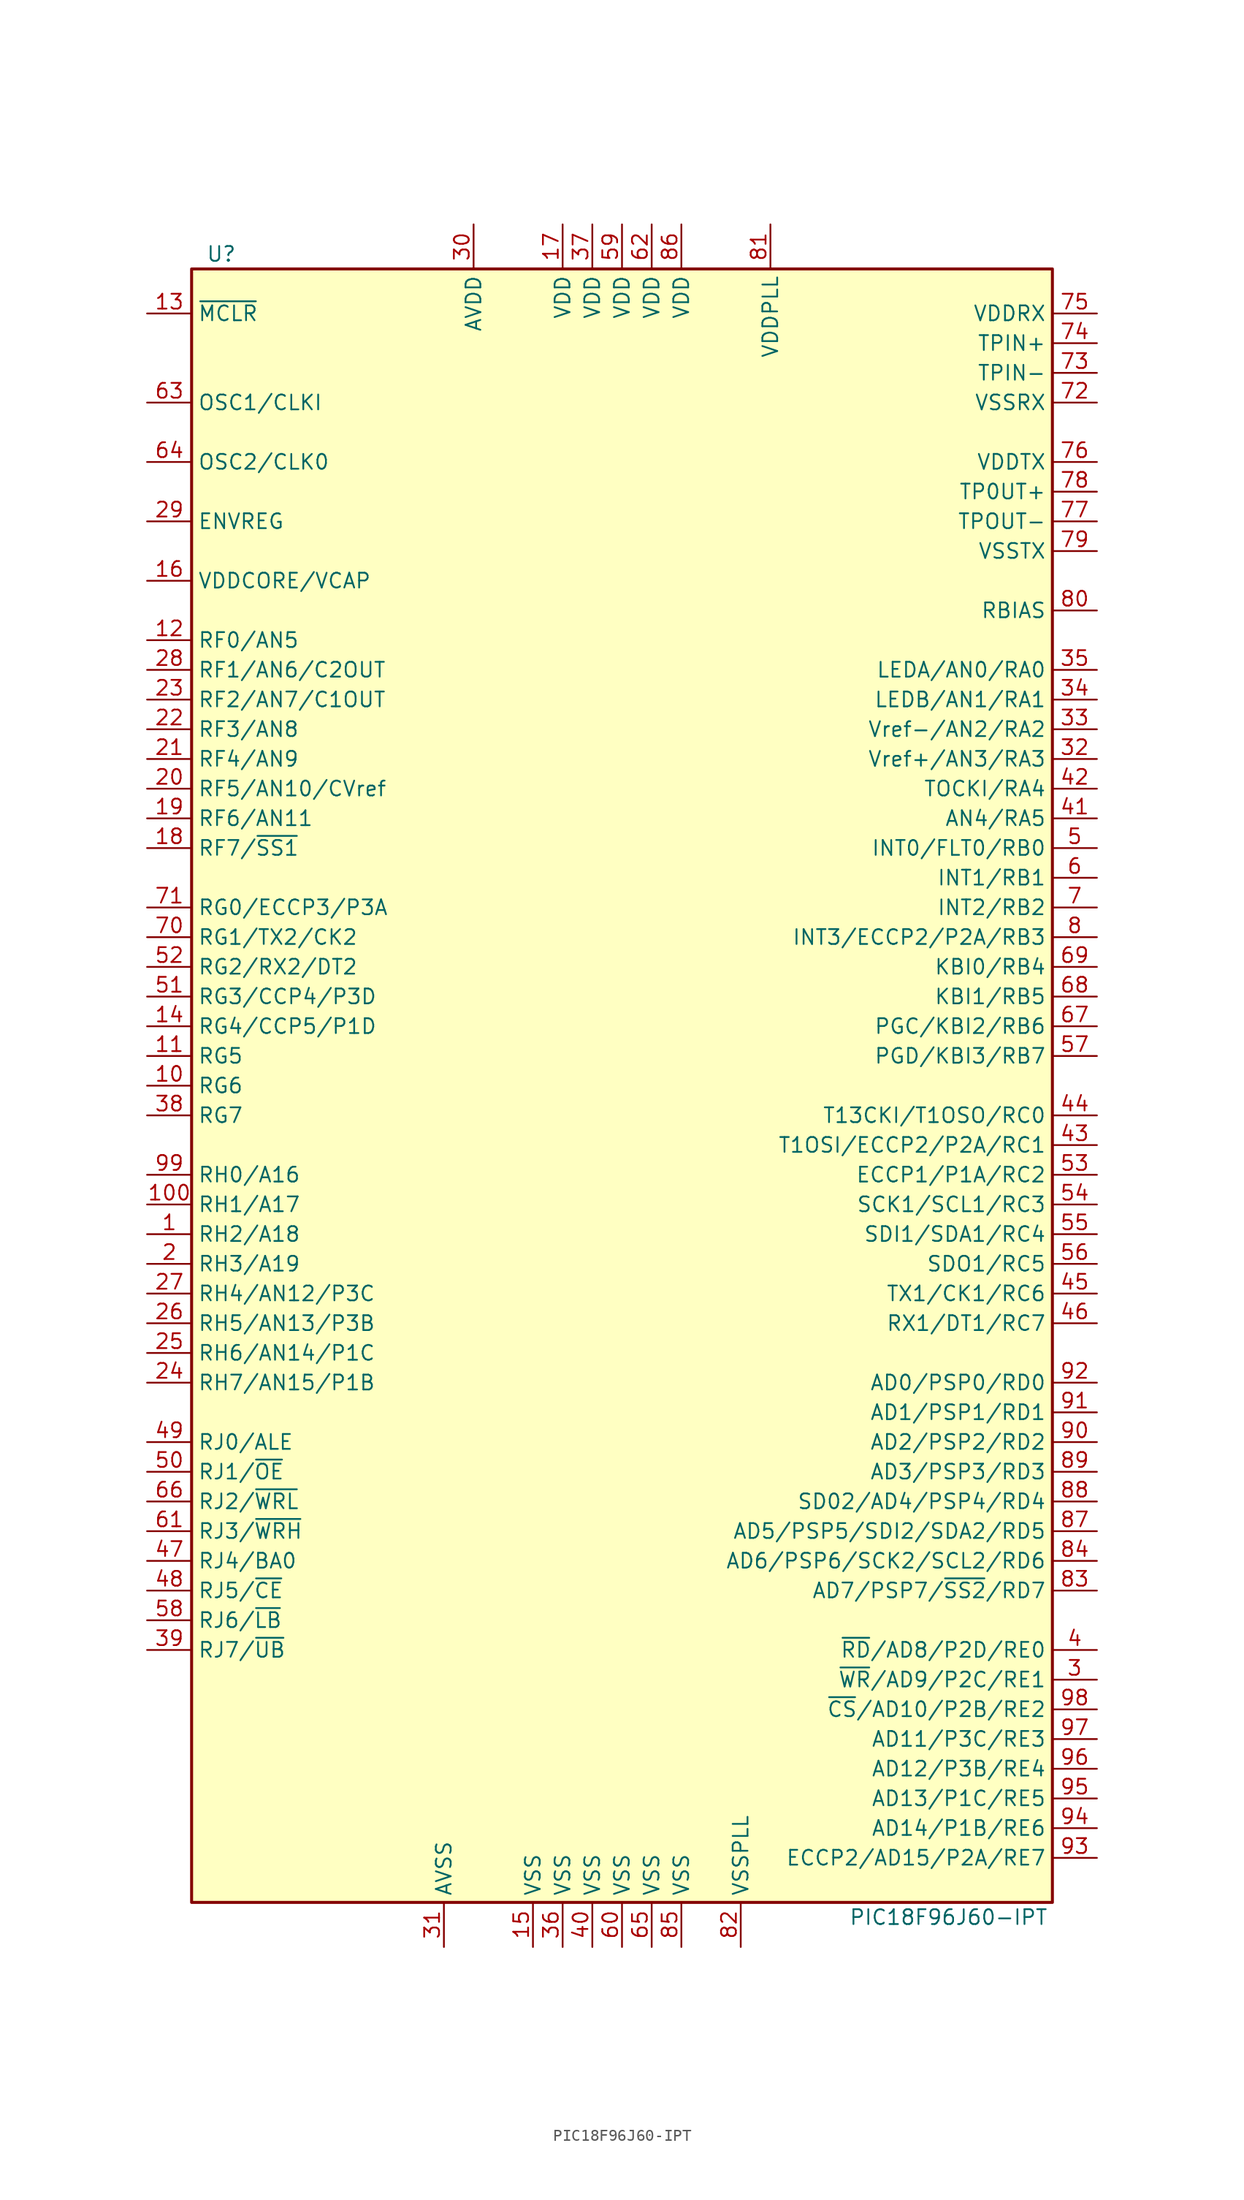
<source format=kicad_sym>
(kicad_symbol_lib
  (version 20201005)
  (generator kicad_symbol_editor)
  (symbol "MCU_Microchip_PIC18:PIC18F96J60-IPT"
    (property "Reference" "U"
      (at -34.29 71.12 0)
      (effects (font (size 1.27 1.27))))
    (property "Value" "PIC18F96J60-IPT"
      (at 27.94 -71.12 0)
      (effects (font (size 1.27 1.27))))
    (symbol "PIC18F96J60-IPT_0_1"
      (rectangle (start -36.83 69.85) (end 36.83 -69.85) (stroke (width 0.254)) (fill (type background))))
    (symbol "PIC18F96J60-IPT_1_1"
      (pin bidirectional line (at -40.64 -12.7 0) (length 3.81) (name "RH2/A18" (effects (font (size 1.27 1.27)))) (number "1" (effects (font (size 1.27 1.27)))))
      (pin bidirectional line (at -40.64 0 0) (length 3.81) (name "RG6" (effects (font (size 1.27 1.27)))) (number "10" (effects (font (size 1.27 1.27)))))
      (pin bidirectional line (at -40.64 -10.16 0) (length 3.81) (name "RH1/A17" (effects (font (size 1.27 1.27)))) (number "100" (effects (font (size 1.27 1.27)))))
      (pin bidirectional line (at -40.64 2.54 0) (length 3.81) (name "RG5" (effects (font (size 1.27 1.27)))) (number "11" (effects (font (size 1.27 1.27)))))
      (pin bidirectional line (at -40.64 38.1 0) (length 3.81) (name "RF0/AN5" (effects (font (size 1.27 1.27)))) (number "12" (effects (font (size 1.27 1.27)))))
      (pin input line (at -40.64 66.04 0) (length 3.81) (name "~MCLR~" (effects (font (size 1.27 1.27)))) (number "13" (effects (font (size 1.27 1.27)))))
      (pin bidirectional line (at -40.64 5.08 0) (length 3.81) (name "RG4/CCP5/P1D" (effects (font (size 1.27 1.27)))) (number "14" (effects (font (size 1.27 1.27)))))
      (pin power_in line (at -7.62 -73.66 90) (length 3.81) (name "VSS" (effects (font (size 1.27 1.27)))) (number "15" (effects (font (size 1.27 1.27)))))
      (pin passive line (at -40.64 43.18 0) (length 3.81) (name "VDDCORE/VCAP" (effects (font (size 1.27 1.27)))) (number "16" (effects (font (size 1.27 1.27)))))
      (pin power_in line (at -5.08 73.66 270) (length 3.81) (name "VDD" (effects (font (size 1.27 1.27)))) (number "17" (effects (font (size 1.27 1.27)))))
      (pin bidirectional line (at -40.64 20.32 0) (length 3.81) (name "RF7/~SS1~" (effects (font (size 1.27 1.27)))) (number "18" (effects (font (size 1.27 1.27)))))
      (pin bidirectional line (at -40.64 22.86 0) (length 3.81) (name "RF6/AN11" (effects (font (size 1.27 1.27)))) (number "19" (effects (font (size 1.27 1.27)))))
      (pin bidirectional line (at -40.64 -15.24 0) (length 3.81) (name "RH3/A19" (effects (font (size 1.27 1.27)))) (number "2" (effects (font (size 1.27 1.27)))))
      (pin bidirectional line (at -40.64 25.4 0) (length 3.81) (name "RF5/AN10/CVref" (effects (font (size 1.27 1.27)))) (number "20" (effects (font (size 1.27 1.27)))))
      (pin bidirectional line (at -40.64 27.94 0) (length 3.81) (name "RF4/AN9" (effects (font (size 1.27 1.27)))) (number "21" (effects (font (size 1.27 1.27)))))
      (pin bidirectional line (at -40.64 30.48 0) (length 3.81) (name "RF3/AN8" (effects (font (size 1.27 1.27)))) (number "22" (effects (font (size 1.27 1.27)))))
      (pin bidirectional line (at -40.64 33.02 0) (length 3.81) (name "RF2/AN7/C1OUT" (effects (font (size 1.27 1.27)))) (number "23" (effects (font (size 1.27 1.27)))))
      (pin bidirectional line (at -40.64 -25.4 0) (length 3.81) (name "RH7/AN15/P1B" (effects (font (size 1.27 1.27)))) (number "24" (effects (font (size 1.27 1.27)))))
      (pin bidirectional line (at -40.64 -22.86 0) (length 3.81) (name "RH6/AN14/P1C" (effects (font (size 1.27 1.27)))) (number "25" (effects (font (size 1.27 1.27)))))
      (pin bidirectional line (at -40.64 -20.32 0) (length 3.81) (name "RH5/AN13/P3B" (effects (font (size 1.27 1.27)))) (number "26" (effects (font (size 1.27 1.27)))))
      (pin bidirectional line (at -40.64 -17.78 0) (length 3.81) (name "RH4/AN12/P3C" (effects (font (size 1.27 1.27)))) (number "27" (effects (font (size 1.27 1.27)))))
      (pin bidirectional line (at -40.64 35.56 0) (length 3.81) (name "RF1/AN6/C2OUT" (effects (font (size 1.27 1.27)))) (number "28" (effects (font (size 1.27 1.27)))))
      (pin passive line (at -40.64 48.26 0) (length 3.81) (name "ENVREG" (effects (font (size 1.27 1.27)))) (number "29" (effects (font (size 1.27 1.27)))))
      (pin bidirectional line (at 40.64 -50.8 180) (length 3.81) (name "~WR~/AD9/P2C/RE1" (effects (font (size 1.27 1.27)))) (number "3" (effects (font (size 1.27 1.27)))))
      (pin power_in line (at -12.7 73.66 270) (length 3.81) (name "AVDD" (effects (font (size 1.27 1.27)))) (number "30" (effects (font (size 1.27 1.27)))))
      (pin power_in line (at -15.24 -73.66 90) (length 3.81) (name "AVSS" (effects (font (size 1.27 1.27)))) (number "31" (effects (font (size 1.27 1.27)))))
      (pin bidirectional line (at 40.64 27.94 180) (length 3.81) (name "Vref+/AN3/RA3" (effects (font (size 1.27 1.27)))) (number "32" (effects (font (size 1.27 1.27)))))
      (pin bidirectional line (at 40.64 30.48 180) (length 3.81) (name "Vref-/AN2/RA2" (effects (font (size 1.27 1.27)))) (number "33" (effects (font (size 1.27 1.27)))))
      (pin bidirectional line (at 40.64 33.02 180) (length 3.81) (name "LEDB/AN1/RA1" (effects (font (size 1.27 1.27)))) (number "34" (effects (font (size 1.27 1.27)))))
      (pin bidirectional line (at 40.64 35.56 180) (length 3.81) (name "LEDA/AN0/RA0" (effects (font (size 1.27 1.27)))) (number "35" (effects (font (size 1.27 1.27)))))
      (pin power_in line (at -5.08 -73.66 90) (length 3.81) (name "VSS" (effects (font (size 1.27 1.27)))) (number "36" (effects (font (size 1.27 1.27)))))
      (pin power_in line (at -2.54 73.66 270) (length 3.81) (name "VDD" (effects (font (size 1.27 1.27)))) (number "37" (effects (font (size 1.27 1.27)))))
      (pin bidirectional line (at -40.64 -2.54 0) (length 3.81) (name "RG7" (effects (font (size 1.27 1.27)))) (number "38" (effects (font (size 1.27 1.27)))))
      (pin bidirectional line (at -40.64 -48.26 0) (length 3.81) (name "RJ7/~UB~" (effects (font (size 1.27 1.27)))) (number "39" (effects (font (size 1.27 1.27)))))
      (pin bidirectional line (at 40.64 -48.26 180) (length 3.81) (name "~RD~/AD8/P2D/RE0" (effects (font (size 1.27 1.27)))) (number "4" (effects (font (size 1.27 1.27)))))
      (pin power_in line (at -2.54 -73.66 90) (length 3.81) (name "VSS" (effects (font (size 1.27 1.27)))) (number "40" (effects (font (size 1.27 1.27)))))
      (pin bidirectional line (at 40.64 22.86 180) (length 3.81) (name "AN4/RA5" (effects (font (size 1.27 1.27)))) (number "41" (effects (font (size 1.27 1.27)))))
      (pin bidirectional line (at 40.64 25.4 180) (length 3.81) (name "TOCKI/RA4" (effects (font (size 1.27 1.27)))) (number "42" (effects (font (size 1.27 1.27)))))
      (pin bidirectional line (at 40.64 -5.08 180) (length 3.81) (name "T1OSI/ECCP2/P2A/RC1" (effects (font (size 1.27 1.27)))) (number "43" (effects (font (size 1.27 1.27)))))
      (pin bidirectional line (at 40.64 -2.54 180) (length 3.81) (name "T13CKI/T1OSO/RC0" (effects (font (size 1.27 1.27)))) (number "44" (effects (font (size 1.27 1.27)))))
      (pin bidirectional line (at 40.64 -17.78 180) (length 3.81) (name "TX1/CK1/RC6" (effects (font (size 1.27 1.27)))) (number "45" (effects (font (size 1.27 1.27)))))
      (pin bidirectional line (at 40.64 -20.32 180) (length 3.81) (name "RX1/DT1/RC7" (effects (font (size 1.27 1.27)))) (number "46" (effects (font (size 1.27 1.27)))))
      (pin bidirectional line (at -40.64 -40.64 0) (length 3.81) (name "RJ4/BA0" (effects (font (size 1.27 1.27)))) (number "47" (effects (font (size 1.27 1.27)))))
      (pin bidirectional line (at -40.64 -43.18 0) (length 3.81) (name "RJ5/~CE~" (effects (font (size 1.27 1.27)))) (number "48" (effects (font (size 1.27 1.27)))))
      (pin bidirectional line (at -40.64 -30.48 0) (length 3.81) (name "RJ0/ALE" (effects (font (size 1.27 1.27)))) (number "49" (effects (font (size 1.27 1.27)))))
      (pin bidirectional line (at 40.64 20.32 180) (length 3.81) (name "INT0/FLT0/RB0" (effects (font (size 1.27 1.27)))) (number "5" (effects (font (size 1.27 1.27)))))
      (pin bidirectional line (at -40.64 -33.02 0) (length 3.81) (name "RJ1/~OE~" (effects (font (size 1.27 1.27)))) (number "50" (effects (font (size 1.27 1.27)))))
      (pin bidirectional line (at -40.64 7.62 0) (length 3.81) (name "RG3/CCP4/P3D" (effects (font (size 1.27 1.27)))) (number "51" (effects (font (size 1.27 1.27)))))
      (pin bidirectional line (at -40.64 10.16 0) (length 3.81) (name "RG2/RX2/DT2" (effects (font (size 1.27 1.27)))) (number "52" (effects (font (size 1.27 1.27)))))
      (pin bidirectional line (at 40.64 -7.62 180) (length 3.81) (name "ECCP1/P1A/RC2" (effects (font (size 1.27 1.27)))) (number "53" (effects (font (size 1.27 1.27)))))
      (pin bidirectional line (at 40.64 -10.16 180) (length 3.81) (name "SCK1/SCL1/RC3" (effects (font (size 1.27 1.27)))) (number "54" (effects (font (size 1.27 1.27)))))
      (pin bidirectional line (at 40.64 -12.7 180) (length 3.81) (name "SDI1/SDA1/RC4" (effects (font (size 1.27 1.27)))) (number "55" (effects (font (size 1.27 1.27)))))
      (pin bidirectional line (at 40.64 -15.24 180) (length 3.81) (name "SDO1/RC5" (effects (font (size 1.27 1.27)))) (number "56" (effects (font (size 1.27 1.27)))))
      (pin bidirectional line (at 40.64 2.54 180) (length 3.81) (name "PGD/KBI3/RB7" (effects (font (size 1.27 1.27)))) (number "57" (effects (font (size 1.27 1.27)))))
      (pin bidirectional line (at -40.64 -45.72 0) (length 3.81) (name "RJ6/~LB~" (effects (font (size 1.27 1.27)))) (number "58" (effects (font (size 1.27 1.27)))))
      (pin power_in line (at 0 73.66 270) (length 3.81) (name "VDD" (effects (font (size 1.27 1.27)))) (number "59" (effects (font (size 1.27 1.27)))))
      (pin bidirectional line (at 40.64 17.78 180) (length 3.81) (name "INT1/RB1" (effects (font (size 1.27 1.27)))) (number "6" (effects (font (size 1.27 1.27)))))
      (pin power_in line (at 0 -73.66 90) (length 3.81) (name "VSS" (effects (font (size 1.27 1.27)))) (number "60" (effects (font (size 1.27 1.27)))))
      (pin bidirectional line (at -40.64 -38.1 0) (length 3.81) (name "RJ3/~WRH~" (effects (font (size 1.27 1.27)))) (number "61" (effects (font (size 1.27 1.27)))))
      (pin power_in line (at 2.54 73.66 270) (length 3.81) (name "VDD" (effects (font (size 1.27 1.27)))) (number "62" (effects (font (size 1.27 1.27)))))
      (pin input line (at -40.64 58.42 0) (length 3.81) (name "OSC1/CLKI" (effects (font (size 1.27 1.27)))) (number "63" (effects (font (size 1.27 1.27)))))
      (pin output line (at -40.64 53.34 0) (length 3.81) (name "OSC2/CLK0" (effects (font (size 1.27 1.27)))) (number "64" (effects (font (size 1.27 1.27)))))
      (pin power_in line (at 2.54 -73.66 90) (length 3.81) (name "VSS" (effects (font (size 1.27 1.27)))) (number "65" (effects (font (size 1.27 1.27)))))
      (pin bidirectional line (at -40.64 -35.56 0) (length 3.81) (name "RJ2/~WRL~" (effects (font (size 1.27 1.27)))) (number "66" (effects (font (size 1.27 1.27)))))
      (pin bidirectional line (at 40.64 5.08 180) (length 3.81) (name "PGC/KBI2/RB6" (effects (font (size 1.27 1.27)))) (number "67" (effects (font (size 1.27 1.27)))))
      (pin bidirectional line (at 40.64 7.62 180) (length 3.81) (name "KBI1/RB5" (effects (font (size 1.27 1.27)))) (number "68" (effects (font (size 1.27 1.27)))))
      (pin bidirectional line (at 40.64 10.16 180) (length 3.81) (name "KBI0/RB4" (effects (font (size 1.27 1.27)))) (number "69" (effects (font (size 1.27 1.27)))))
      (pin bidirectional line (at 40.64 15.24 180) (length 3.81) (name "INT2/RB2" (effects (font (size 1.27 1.27)))) (number "7" (effects (font (size 1.27 1.27)))))
      (pin bidirectional line (at -40.64 12.7 0) (length 3.81) (name "RG1/TX2/CK2" (effects (font (size 1.27 1.27)))) (number "70" (effects (font (size 1.27 1.27)))))
      (pin bidirectional line (at -40.64 15.24 0) (length 3.81) (name "RG0/ECCP3/P3A" (effects (font (size 1.27 1.27)))) (number "71" (effects (font (size 1.27 1.27)))))
      (pin power_in line (at 40.64 58.42 180) (length 3.81) (name "VSSRX" (effects (font (size 1.27 1.27)))) (number "72" (effects (font (size 1.27 1.27)))))
      (pin passive line (at 40.64 60.96 180) (length 3.81) (name "TPIN-" (effects (font (size 1.27 1.27)))) (number "73" (effects (font (size 1.27 1.27)))))
      (pin passive line (at 40.64 63.5 180) (length 3.81) (name "TPIN+" (effects (font (size 1.27 1.27)))) (number "74" (effects (font (size 1.27 1.27)))))
      (pin power_in line (at 40.64 66.04 180) (length 3.81) (name "VDDRX" (effects (font (size 1.27 1.27)))) (number "75" (effects (font (size 1.27 1.27)))))
      (pin power_in line (at 40.64 53.34 180) (length 3.81) (name "VDDTX" (effects (font (size 1.27 1.27)))) (number "76" (effects (font (size 1.27 1.27)))))
      (pin passive line (at 40.64 48.26 180) (length 3.81) (name "TPOUT-" (effects (font (size 1.27 1.27)))) (number "77" (effects (font (size 1.27 1.27)))))
      (pin passive line (at 40.64 50.8 180) (length 3.81) (name "TP0UT+" (effects (font (size 1.27 1.27)))) (number "78" (effects (font (size 1.27 1.27)))))
      (pin power_in line (at 40.64 45.72 180) (length 3.81) (name "VSSTX" (effects (font (size 1.27 1.27)))) (number "79" (effects (font (size 1.27 1.27)))))
      (pin bidirectional line (at 40.64 12.7 180) (length 3.81) (name "INT3/ECCP2/P2A/RB3" (effects (font (size 1.27 1.27)))) (number "8" (effects (font (size 1.27 1.27)))))
      (pin passive line (at 40.64 40.64 180) (length 3.81) (name "RBIAS" (effects (font (size 1.27 1.27)))) (number "80" (effects (font (size 1.27 1.27)))))
      (pin power_in line (at 12.7 73.66 270) (length 3.81) (name "VDDPLL" (effects (font (size 1.27 1.27)))) (number "81" (effects (font (size 1.27 1.27)))))
      (pin power_in line (at 10.16 -73.66 90) (length 3.81) (name "VSSPLL" (effects (font (size 1.27 1.27)))) (number "82" (effects (font (size 1.27 1.27)))))
      (pin bidirectional line (at 40.64 -43.18 180) (length 3.81) (name "AD7/PSP7/~SS2~/RD7" (effects (font (size 1.27 1.27)))) (number "83" (effects (font (size 1.27 1.27)))))
      (pin bidirectional line (at 40.64 -40.64 180) (length 3.81) (name "AD6/PSP6/SCK2/SCL2/RD6" (effects (font (size 1.27 1.27)))) (number "84" (effects (font (size 1.27 1.27)))))
      (pin power_in line (at 5.08 -73.66 90) (length 3.81) (name "VSS" (effects (font (size 1.27 1.27)))) (number "85" (effects (font (size 1.27 1.27)))))
      (pin power_in line (at 5.08 73.66 270) (length 3.81) (name "VDD" (effects (font (size 1.27 1.27)))) (number "86" (effects (font (size 1.27 1.27)))))
      (pin bidirectional line (at 40.64 -38.1 180) (length 3.81) (name "AD5/PSP5/SDI2/SDA2/RD5" (effects (font (size 1.27 1.27)))) (number "87" (effects (font (size 1.27 1.27)))))
      (pin bidirectional line (at 40.64 -35.56 180) (length 3.81) (name "SD02/AD4/PSP4/RD4" (effects (font (size 1.27 1.27)))) (number "88" (effects (font (size 1.27 1.27)))))
      (pin bidirectional line (at 40.64 -33.02 180) (length 3.81) (name "AD3/PSP3/RD3" (effects (font (size 1.27 1.27)))) (number "89" (effects (font (size 1.27 1.27)))))
      (pin no_connect line (at -20.32 -73.66 90) (length 3.81) hide (name "NC" (effects (font (size 1.27 1.27)))) (number "9" (effects (font (size 1.27 1.27)))))
      (pin bidirectional line (at 40.64 -30.48 180) (length 3.81) (name "AD2/PSP2/RD2" (effects (font (size 1.27 1.27)))) (number "90" (effects (font (size 1.27 1.27)))))
      (pin bidirectional line (at 40.64 -27.94 180) (length 3.81) (name "AD1/PSP1/RD1" (effects (font (size 1.27 1.27)))) (number "91" (effects (font (size 1.27 1.27)))))
      (pin bidirectional line (at 40.64 -25.4 180) (length 3.81) (name "AD0/PSP0/RD0" (effects (font (size 1.27 1.27)))) (number "92" (effects (font (size 1.27 1.27)))))
      (pin bidirectional line (at 40.64 -66.04 180) (length 3.81) (name "ECCP2/AD15/P2A/RE7" (effects (font (size 1.27 1.27)))) (number "93" (effects (font (size 1.27 1.27)))))
      (pin bidirectional line (at 40.64 -63.5 180) (length 3.81) (name "AD14/P1B/RE6" (effects (font (size 1.27 1.27)))) (number "94" (effects (font (size 1.27 1.27)))))
      (pin bidirectional line (at 40.64 -60.96 180) (length 3.81) (name "AD13/P1C/RE5" (effects (font (size 1.27 1.27)))) (number "95" (effects (font (size 1.27 1.27)))))
      (pin bidirectional line (at 40.64 -58.42 180) (length 3.81) (name "AD12/P3B/RE4" (effects (font (size 1.27 1.27)))) (number "96" (effects (font (size 1.27 1.27)))))
      (pin bidirectional line (at 40.64 -55.88 180) (length 3.81) (name "AD11/P3C/RE3" (effects (font (size 1.27 1.27)))) (number "97" (effects (font (size 1.27 1.27)))))
      (pin bidirectional line (at 40.64 -53.34 180) (length 3.81) (name "~CS~/AD10/P2B/RE2" (effects (font (size 1.27 1.27)))) (number "98" (effects (font (size 1.27 1.27)))))
      (pin bidirectional line (at -40.64 -7.62 0) (length 3.81) (name "RH0/A16" (effects (font (size 1.27 1.27)))) (number "99" (effects (font (size 1.27 1.27))))))))
</source>
